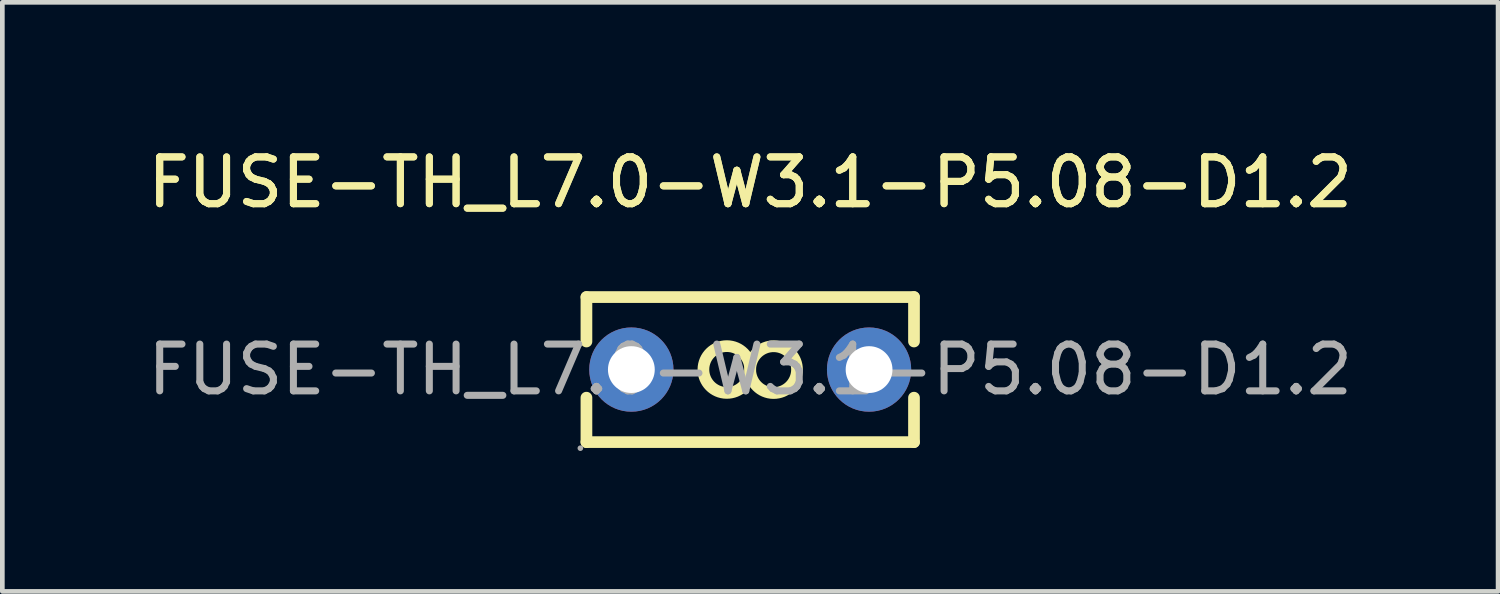
<source format=kicad_pcb>
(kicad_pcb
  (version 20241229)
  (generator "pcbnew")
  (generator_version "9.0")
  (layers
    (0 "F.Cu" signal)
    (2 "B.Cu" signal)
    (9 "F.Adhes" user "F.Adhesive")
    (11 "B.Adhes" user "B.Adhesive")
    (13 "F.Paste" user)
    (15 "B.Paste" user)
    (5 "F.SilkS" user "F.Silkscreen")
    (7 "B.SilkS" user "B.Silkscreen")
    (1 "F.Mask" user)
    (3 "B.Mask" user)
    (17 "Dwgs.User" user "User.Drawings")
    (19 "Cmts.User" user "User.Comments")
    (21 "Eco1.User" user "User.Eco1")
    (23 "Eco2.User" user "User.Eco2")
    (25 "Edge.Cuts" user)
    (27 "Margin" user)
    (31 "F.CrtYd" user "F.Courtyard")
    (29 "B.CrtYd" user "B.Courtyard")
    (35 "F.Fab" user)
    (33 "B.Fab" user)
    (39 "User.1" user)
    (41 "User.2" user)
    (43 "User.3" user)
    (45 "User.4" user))
  (footprint "FUSE-TH_L7.0-W3.1-P5.08-D1.2"
    (layer "F.Cu")
    (at 12.982 4.848)
    (property "Reference" "FUSE-TH_L7.0-W3.1-P5.08-D1.2" (at 0 -4 0) (layer "F.SilkS") (effects (font (size 1 1) (thickness 0.15))))
    (attr through_hole)
    (fp_line (start -3.5 -1.55) (end -3.5 -0.6) (stroke (width 0.25) (type solid)) (layer "F.SilkS"))
    (fp_line (start -3.5 -1.55) (end 3.5 -1.55) (stroke (width 0.25) (type solid)) (layer "F.SilkS"))
    (fp_line (start -3.5 0.6) (end -3.5 1.55) (stroke (width 0.25) (type solid)) (layer "F.SilkS"))
    (fp_line (start 3.5 -1.55) (end 3.5 -0.6) (stroke (width 0.25) (type solid)) (layer "F.SilkS"))
    (fp_line (start 3.5 0.6) (end 3.5 1.55) (stroke (width 0.25) (type solid)) (layer "F.SilkS"))
    (fp_line (start 3.5 1.55) (end -3.5 1.55) (stroke (width 0.25) (type solid)) (layer "F.SilkS"))
    (fp_arc (start -0.000076 0.008726) (mid -0.999981 -0.004345) (end 0 0) (stroke (width 0.25) (type solid)) (layer "F.SilkS"))
    (fp_arc (start 0.000076 -0.008726) (mid 0.999981 0.004363) (end 0 0) (stroke (width 0.25) (type solid)) (layer "F.SilkS"))
    (fp_circle (center -3.63 1.68) (end -3.6 1.68) (stroke (width 0.06) (type solid)) (fill no) (layer "F.Fab"))
    (fp_circle (center -2.54 0) (end -2.34 0) (stroke (width 0.4) (type solid)) (fill no) (layer "F.Fab"))
    (fp_circle (center 2.54 0) (end 2.74 0) (stroke (width 0.4) (type solid)) (fill no) (layer "F.Fab"))
    (fp_text user "${REFERENCE}" (at 0 -4 0) (layer "F.SilkS") (effects (font (size 1 1) (thickness 0.15))))
    (fp_text user "${REFERENCE}" (at 0 0 0) (layer "F.Fab") (effects (font (size 1 1) (thickness 0.15))))
    (pad "1" thru_hole circle (at -2.54 0) (size 1.8 1.8) (drill 1) (layers "*.Cu" "*.Mask"))
    (pad "2" thru_hole circle (at 2.54 0) (size 1.8 1.8) (drill 1) (layers "*.Cu" "*.Mask")))
  (gr_rect
    (start -3 -3)
    (end 28.964 9.588)
    (stroke (width 0.1) (type default))
    (fill no)
    (layer "Edge.Cuts")))
</source>
